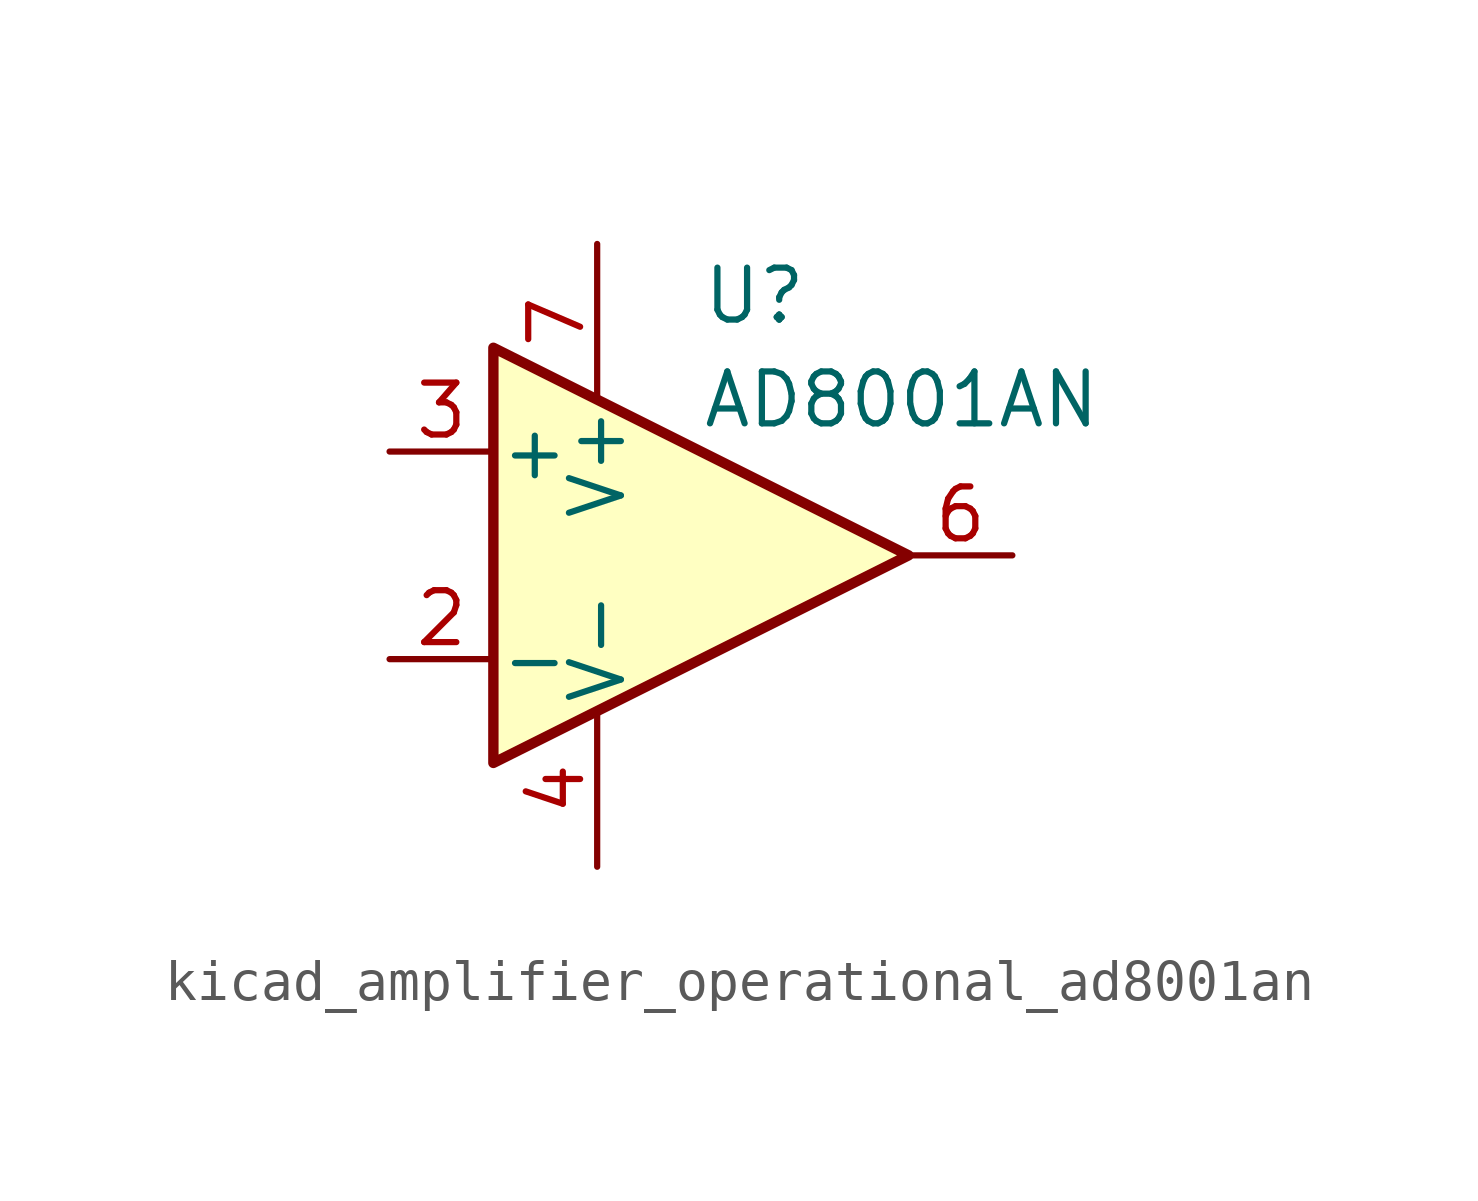
<source format=kicad_sym>
(kicad_symbol_lib
  (version 20220914)
  (generator kicad_symbol_editor)
  (symbol "kicad_amplifier_operational_ad8001an"
    (pin_names
      (offset 0.127))
    (property "Reference" "U"
      (at 0 6.35 0)
      (effects (font (size 1.27 1.27)) (justify left)))
    (property "Value" "AD8001AN"
      (at 0 3.81 0)
      (effects (font (size 1.27 1.27)) (justify left)))
    (symbol "kicad_amplifier_operational_ad8001an_0_1"
      (polyline (pts (xy -5.08 5.08) (xy 5.08 0) (xy -5.08 -5.08) (xy -5.08 5.08)) (stroke (width 0.254) (type default)) (fill (type background))))
    (symbol "kicad_amplifier_operational_ad8001an_1_1"
      (pin no_connect line (at -5.08 -2.54 90) (length 2.54) hide (name "NC" (effects (font (size 1.27 1.27)))) (number "1" (effects (font (size 1.27 1.27)))))
      (pin input line (at -7.62 -2.54 0) (length 2.54) (name "-" (effects (font (size 1.27 1.27)))) (number "2" (effects (font (size 1.27 1.27)))))
      (pin input line (at -7.62 2.54 0) (length 2.54) (name "+" (effects (font (size 1.27 1.27)))) (number "3" (effects (font (size 1.27 1.27)))))
      (pin power_in line (at -2.54 -7.62 90) (length 3.81) (name "V-" (effects (font (size 1.27 1.27)))) (number "4" (effects (font (size 1.27 1.27)))))
      (pin no_connect line (at -2.54 -2.54 90) (length 2.54) hide (name "NC" (effects (font (size 1.27 1.27)))) (number "5" (effects (font (size 1.27 1.27)))))
      (pin output line (at 7.62 0 180) (length 2.54) (name "~" (effects (font (size 1.27 1.27)))) (number "6" (effects (font (size 1.27 1.27)))))
      (pin power_in line (at -2.54 7.62 270) (length 3.81) (name "V+" (effects (font (size 1.27 1.27)))) (number "7" (effects (font (size 1.27 1.27)))))
      (pin no_connect line (at 0 -2.54 90) (length 2.54) hide (name "NC" (effects (font (size 1.27 1.27)))) (number "8" (effects (font (size 1.27 1.27))))))))
</source>
